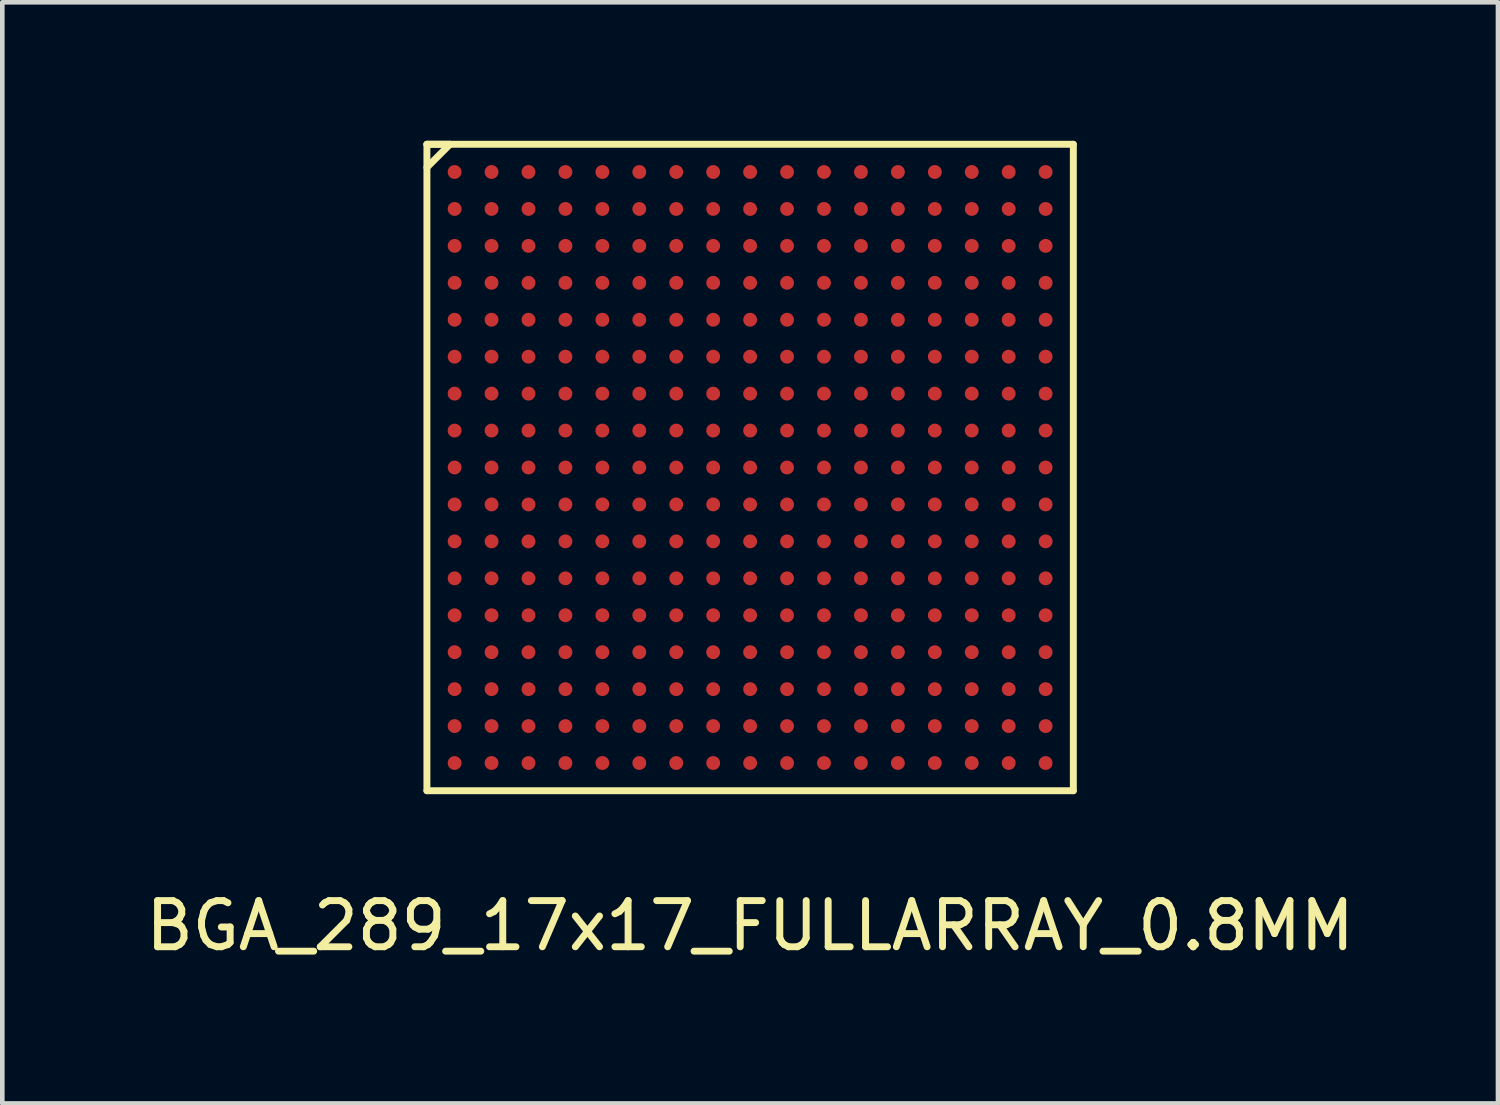
<source format=kicad_pcb>
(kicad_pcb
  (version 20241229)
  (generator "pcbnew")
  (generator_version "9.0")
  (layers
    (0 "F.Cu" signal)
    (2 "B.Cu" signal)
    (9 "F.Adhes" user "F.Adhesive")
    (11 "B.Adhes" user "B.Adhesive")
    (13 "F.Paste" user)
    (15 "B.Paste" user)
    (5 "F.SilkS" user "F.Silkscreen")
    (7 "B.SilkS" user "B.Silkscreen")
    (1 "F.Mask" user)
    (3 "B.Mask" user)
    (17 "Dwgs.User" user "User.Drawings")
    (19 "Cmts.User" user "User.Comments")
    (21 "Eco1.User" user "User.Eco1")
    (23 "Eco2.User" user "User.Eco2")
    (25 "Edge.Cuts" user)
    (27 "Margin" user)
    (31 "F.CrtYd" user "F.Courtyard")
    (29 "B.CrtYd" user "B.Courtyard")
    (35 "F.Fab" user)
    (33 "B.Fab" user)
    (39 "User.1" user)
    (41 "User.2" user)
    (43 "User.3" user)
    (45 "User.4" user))
  (footprint "BGA_289_17x17_FULLARRAY_0.8MM"
    (layer "F.Cu")
    (at 13.196 7.075)
    (property "Reference" "BGA_289_17x17_FULLARRAY_0.8MM" (at 0 9.925 0) (layer "F.SilkS") (effects (font (size 1 1) (thickness 0.15))))
    (attr through_hole)
    (fp_line (start -7 -7) (end -7 7) (stroke (width 0.15) (type solid)) (layer "F.SilkS"))
    (fp_line (start -7 -7) (end -6.5 -7) (stroke (width 0.15) (type solid)) (layer "F.SilkS"))
    (fp_line (start -7 7) (end 7 7) (stroke (width 0.15) (type solid)) (layer "F.SilkS"))
    (fp_line (start -6.5 -7) (end -7 -6.5) (stroke (width 0.15) (type solid)) (layer "F.SilkS"))
    (fp_line (start 7 -7) (end -7 -7) (stroke (width 0.15) (type solid)) (layer "F.SilkS"))
    (fp_line (start 7 7) (end 7 -7) (stroke (width 0.15) (type solid)) (layer "F.SilkS"))
    (pad "A1" smd circle (at -6.4 -6.4) (size 0.3 0.3) (layers "F.Cu" "F.Mask" "F.Paste"))
    (pad "A2" smd circle (at -5.6 -6.4) (size 0.3 0.3) (layers "F.Cu" "F.Mask" "F.Paste"))
    (pad "A3" smd circle (at -4.8 -6.4) (size 0.3 0.3) (layers "F.Cu" "F.Mask" "F.Paste"))
    (pad "A4" smd circle (at -4 -6.4) (size 0.3 0.3) (layers "F.Cu" "F.Mask" "F.Paste"))
    (pad "A5" smd circle (at -3.2 -6.4) (size 0.3 0.3) (layers "F.Cu" "F.Mask" "F.Paste"))
    (pad "A6" smd circle (at -2.4 -6.4) (size 0.3 0.3) (layers "F.Cu" "F.Mask" "F.Paste"))
    (pad "A7" smd circle (at -1.6 -6.4) (size 0.3 0.3) (layers "F.Cu" "F.Mask" "F.Paste"))
    (pad "A8" smd circle (at -0.8 -6.4) (size 0.3 0.3) (layers "F.Cu" "F.Mask" "F.Paste"))
    (pad "A9" smd circle (at 0 -6.4) (size 0.3 0.3) (layers "F.Cu" "F.Mask" "F.Paste"))
    (pad "A10" smd circle (at 0.8 -6.4) (size 0.3 0.3) (layers "F.Cu" "F.Mask" "F.Paste"))
    (pad "A11" smd circle (at 1.6 -6.4) (size 0.3 0.3) (layers "F.Cu" "F.Mask" "F.Paste"))
    (pad "A12" smd circle (at 2.4 -6.4) (size 0.3 0.3) (layers "F.Cu" "F.Mask" "F.Paste"))
    (pad "A13" smd circle (at 3.2 -6.4) (size 0.3 0.3) (layers "F.Cu" "F.Mask" "F.Paste"))
    (pad "A14" smd circle (at 4 -6.4) (size 0.3 0.3) (layers "F.Cu" "F.Mask" "F.Paste"))
    (pad "A15" smd circle (at 4.8 -6.4) (size 0.3 0.3) (layers "F.Cu" "F.Mask" "F.Paste"))
    (pad "A16" smd circle (at 5.6 -6.4) (size 0.3 0.3) (layers "F.Cu" "F.Mask" "F.Paste"))
    (pad "A17" smd circle (at 6.4 -6.4) (size 0.3 0.3) (layers "F.Cu" "F.Mask" "F.Paste"))
    (pad "B1" smd circle (at -6.4 -5.6) (size 0.3 0.3) (layers "F.Cu" "F.Mask" "F.Paste"))
    (pad "B2" smd circle (at -5.6 -5.6) (size 0.3 0.3) (layers "F.Cu" "F.Mask" "F.Paste"))
    (pad "B3" smd circle (at -4.8 -5.6) (size 0.3 0.3) (layers "F.Cu" "F.Mask" "F.Paste"))
    (pad "B4" smd circle (at -4 -5.6) (size 0.3 0.3) (layers "F.Cu" "F.Mask" "F.Paste"))
    (pad "B5" smd circle (at -3.2 -5.6) (size 0.3 0.3) (layers "F.Cu" "F.Mask" "F.Paste"))
    (pad "B6" smd circle (at -2.4 -5.6) (size 0.3 0.3) (layers "F.Cu" "F.Mask" "F.Paste"))
    (pad "B7" smd circle (at -1.6 -5.6) (size 0.3 0.3) (layers "F.Cu" "F.Mask" "F.Paste"))
    (pad "B8" smd circle (at -0.8 -5.6) (size 0.3 0.3) (layers "F.Cu" "F.Mask" "F.Paste"))
    (pad "B9" smd circle (at 0 -5.6) (size 0.3 0.3) (layers "F.Cu" "F.Mask" "F.Paste"))
    (pad "B10" smd circle (at 0.8 -5.6) (size 0.3 0.3) (layers "F.Cu" "F.Mask" "F.Paste"))
    (pad "B11" smd circle (at 1.6 -5.6) (size 0.3 0.3) (layers "F.Cu" "F.Mask" "F.Paste"))
    (pad "B12" smd circle (at 2.4 -5.6) (size 0.3 0.3) (layers "F.Cu" "F.Mask" "F.Paste"))
    (pad "B13" smd circle (at 3.2 -5.6) (size 0.3 0.3) (layers "F.Cu" "F.Mask" "F.Paste"))
    (pad "B14" smd circle (at 4 -5.6) (size 0.3 0.3) (layers "F.Cu" "F.Mask" "F.Paste"))
    (pad "B15" smd circle (at 4.8 -5.6) (size 0.3 0.3) (layers "F.Cu" "F.Mask" "F.Paste"))
    (pad "B16" smd circle (at 5.6 -5.6) (size 0.3 0.3) (layers "F.Cu" "F.Mask" "F.Paste"))
    (pad "B17" smd circle (at 6.4 -5.6) (size 0.3 0.3) (layers "F.Cu" "F.Mask" "F.Paste"))
    (pad "C1" smd circle (at -6.4 -4.8) (size 0.3 0.3) (layers "F.Cu" "F.Mask" "F.Paste"))
    (pad "C2" smd circle (at -5.6 -4.8) (size 0.3 0.3) (layers "F.Cu" "F.Mask" "F.Paste"))
    (pad "C3" smd circle (at -4.8 -4.8) (size 0.3 0.3) (layers "F.Cu" "F.Mask" "F.Paste"))
    (pad "C4" smd circle (at -4 -4.8) (size 0.3 0.3) (layers "F.Cu" "F.Mask" "F.Paste"))
    (pad "C5" smd circle (at -3.2 -4.8) (size 0.3 0.3) (layers "F.Cu" "F.Mask" "F.Paste"))
    (pad "C6" smd circle (at -2.4 -4.8) (size 0.3 0.3) (layers "F.Cu" "F.Mask" "F.Paste"))
    (pad "C7" smd circle (at -1.6 -4.8) (size 0.3 0.3) (layers "F.Cu" "F.Mask" "F.Paste"))
    (pad "C8" smd circle (at -0.8 -4.8) (size 0.3 0.3) (layers "F.Cu" "F.Mask" "F.Paste"))
    (pad "C9" smd circle (at 0 -4.8) (size 0.3 0.3) (layers "F.Cu" "F.Mask" "F.Paste"))
    (pad "C10" smd circle (at 0.8 -4.8) (size 0.3 0.3) (layers "F.Cu" "F.Mask" "F.Paste"))
    (pad "C11" smd circle (at 1.6 -4.8) (size 0.3 0.3) (layers "F.Cu" "F.Mask" "F.Paste"))
    (pad "C12" smd circle (at 2.4 -4.8) (size 0.3 0.3) (layers "F.Cu" "F.Mask" "F.Paste"))
    (pad "C13" smd circle (at 3.2 -4.8) (size 0.3 0.3) (layers "F.Cu" "F.Mask" "F.Paste"))
    (pad "C14" smd circle (at 4 -4.8) (size 0.3 0.3) (layers "F.Cu" "F.Mask" "F.Paste"))
    (pad "C15" smd circle (at 4.8 -4.8) (size 0.3 0.3) (layers "F.Cu" "F.Mask" "F.Paste"))
    (pad "C16" smd circle (at 5.6 -4.8) (size 0.3 0.3) (layers "F.Cu" "F.Mask" "F.Paste"))
    (pad "C17" smd circle (at 6.4 -4.8) (size 0.3 0.3) (layers "F.Cu" "F.Mask" "F.Paste"))
    (pad "D1" smd circle (at -6.4 -4) (size 0.3 0.3) (layers "F.Cu" "F.Mask" "F.Paste"))
    (pad "D2" smd circle (at -5.6 -4) (size 0.3 0.3) (layers "F.Cu" "F.Mask" "F.Paste"))
    (pad "D3" smd circle (at -4.8 -4) (size 0.3 0.3) (layers "F.Cu" "F.Mask" "F.Paste"))
    (pad "D4" smd circle (at -4 -4) (size 0.3 0.3) (layers "F.Cu" "F.Mask" "F.Paste"))
    (pad "D5" smd circle (at -3.2 -4) (size 0.3 0.3) (layers "F.Cu" "F.Mask" "F.Paste"))
    (pad "D6" smd circle (at -2.4 -4) (size 0.3 0.3) (layers "F.Cu" "F.Mask" "F.Paste"))
    (pad "D7" smd circle (at -1.6 -4) (size 0.3 0.3) (layers "F.Cu" "F.Mask" "F.Paste"))
    (pad "D8" smd circle (at -0.8 -4) (size 0.3 0.3) (layers "F.Cu" "F.Mask" "F.Paste"))
    (pad "D9" smd circle (at 0 -4) (size 0.3 0.3) (layers "F.Cu" "F.Mask" "F.Paste"))
    (pad "D10" smd circle (at 0.8 -4) (size 0.3 0.3) (layers "F.Cu" "F.Mask" "F.Paste"))
    (pad "D11" smd circle (at 1.6 -4) (size 0.3 0.3) (layers "F.Cu" "F.Mask" "F.Paste"))
    (pad "D12" smd circle (at 2.4 -4) (size 0.3 0.3) (layers "F.Cu" "F.Mask" "F.Paste"))
    (pad "D13" smd circle (at 3.2 -4) (size 0.3 0.3) (layers "F.Cu" "F.Mask" "F.Paste"))
    (pad "D14" smd circle (at 4 -4) (size 0.3 0.3) (layers "F.Cu" "F.Mask" "F.Paste"))
    (pad "D15" smd circle (at 4.8 -4) (size 0.3 0.3) (layers "F.Cu" "F.Mask" "F.Paste"))
    (pad "D16" smd circle (at 5.6 -4) (size 0.3 0.3) (layers "F.Cu" "F.Mask" "F.Paste"))
    (pad "D17" smd circle (at 6.4 -4) (size 0.3 0.3) (layers "F.Cu" "F.Mask" "F.Paste"))
    (pad "E1" smd circle (at -6.4 -3.2) (size 0.3 0.3) (layers "F.Cu" "F.Mask" "F.Paste"))
    (pad "E2" smd circle (at -5.6 -3.2) (size 0.3 0.3) (layers "F.Cu" "F.Mask" "F.Paste"))
    (pad "E3" smd circle (at -4.8 -3.2) (size 0.3 0.3) (layers "F.Cu" "F.Mask" "F.Paste"))
    (pad "E4" smd circle (at -4 -3.2) (size 0.3 0.3) (layers "F.Cu" "F.Mask" "F.Paste"))
    (pad "E5" smd circle (at -3.2 -3.2) (size 0.3 0.3) (layers "F.Cu" "F.Mask" "F.Paste"))
    (pad "E6" smd circle (at -2.4 -3.2) (size 0.3 0.3) (layers "F.Cu" "F.Mask" "F.Paste"))
    (pad "E7" smd circle (at -1.6 -3.2) (size 0.3 0.3) (layers "F.Cu" "F.Mask" "F.Paste"))
    (pad "E8" smd circle (at -0.8 -3.2) (size 0.3 0.3) (layers "F.Cu" "F.Mask" "F.Paste"))
    (pad "E9" smd circle (at 0 -3.2) (size 0.3 0.3) (layers "F.Cu" "F.Mask" "F.Paste"))
    (pad "E10" smd circle (at 0.8 -3.2) (size 0.3 0.3) (layers "F.Cu" "F.Mask" "F.Paste"))
    (pad "E11" smd circle (at 1.6 -3.2) (size 0.3 0.3) (layers "F.Cu" "F.Mask" "F.Paste"))
    (pad "E12" smd circle (at 2.4 -3.2) (size 0.3 0.3) (layers "F.Cu" "F.Mask" "F.Paste"))
    (pad "E13" smd circle (at 3.2 -3.2) (size 0.3 0.3) (layers "F.Cu" "F.Mask" "F.Paste"))
    (pad "E14" smd circle (at 4 -3.2) (size 0.3 0.3) (layers "F.Cu" "F.Mask" "F.Paste"))
    (pad "E15" smd circle (at 4.8 -3.2) (size 0.3 0.3) (layers "F.Cu" "F.Mask" "F.Paste"))
    (pad "E16" smd circle (at 5.6 -3.2) (size 0.3 0.3) (layers "F.Cu" "F.Mask" "F.Paste"))
    (pad "E17" smd circle (at 6.4 -3.2) (size 0.3 0.3) (layers "F.Cu" "F.Mask" "F.Paste"))
    (pad "F1" smd circle (at -6.4 -2.4) (size 0.3 0.3) (layers "F.Cu" "F.Mask" "F.Paste"))
    (pad "F2" smd circle (at -5.6 -2.4) (size 0.3 0.3) (layers "F.Cu" "F.Mask" "F.Paste"))
    (pad "F3" smd circle (at -4.8 -2.4) (size 0.3 0.3) (layers "F.Cu" "F.Mask" "F.Paste"))
    (pad "F4" smd circle (at -4 -2.4) (size 0.3 0.3) (layers "F.Cu" "F.Mask" "F.Paste"))
    (pad "F5" smd circle (at -3.2 -2.4) (size 0.3 0.3) (layers "F.Cu" "F.Mask" "F.Paste"))
    (pad "F6" smd circle (at -2.4 -2.4) (size 0.3 0.3) (layers "F.Cu" "F.Mask" "F.Paste"))
    (pad "F7" smd circle (at -1.6 -2.4) (size 0.3 0.3) (layers "F.Cu" "F.Mask" "F.Paste"))
    (pad "F8" smd circle (at -0.8 -2.4) (size 0.3 0.3) (layers "F.Cu" "F.Mask" "F.Paste"))
    (pad "F9" smd circle (at 0 -2.4) (size 0.3 0.3) (layers "F.Cu" "F.Mask" "F.Paste"))
    (pad "F10" smd circle (at 0.8 -2.4) (size 0.3 0.3) (layers "F.Cu" "F.Mask" "F.Paste"))
    (pad "F11" smd circle (at 1.6 -2.4) (size 0.3 0.3) (layers "F.Cu" "F.Mask" "F.Paste"))
    (pad "F12" smd circle (at 2.4 -2.4) (size 0.3 0.3) (layers "F.Cu" "F.Mask" "F.Paste"))
    (pad "F13" smd circle (at 3.2 -2.4) (size 0.3 0.3) (layers "F.Cu" "F.Mask" "F.Paste"))
    (pad "F14" smd circle (at 4 -2.4) (size 0.3 0.3) (layers "F.Cu" "F.Mask" "F.Paste"))
    (pad "F15" smd circle (at 4.8 -2.4) (size 0.3 0.3) (layers "F.Cu" "F.Mask" "F.Paste"))
    (pad "F16" smd circle (at 5.6 -2.4) (size 0.3 0.3) (layers "F.Cu" "F.Mask" "F.Paste"))
    (pad "F17" smd circle (at 6.4 -2.4) (size 0.3 0.3) (layers "F.Cu" "F.Mask" "F.Paste"))
    (pad "G1" smd circle (at -6.4 -1.6) (size 0.3 0.3) (layers "F.Cu" "F.Mask" "F.Paste"))
    (pad "G2" smd circle (at -5.6 -1.6) (size 0.3 0.3) (layers "F.Cu" "F.Mask" "F.Paste"))
    (pad "G3" smd circle (at -4.8 -1.6) (size 0.3 0.3) (layers "F.Cu" "F.Mask" "F.Paste"))
    (pad "G4" smd circle (at -4 -1.6) (size 0.3 0.3) (layers "F.Cu" "F.Mask" "F.Paste"))
    (pad "G5" smd circle (at -3.2 -1.6) (size 0.3 0.3) (layers "F.Cu" "F.Mask" "F.Paste"))
    (pad "G6" smd circle (at -2.4 -1.6) (size 0.3 0.3) (layers "F.Cu" "F.Mask" "F.Paste"))
    (pad "G7" smd circle (at -1.6 -1.6) (size 0.3 0.3) (layers "F.Cu" "F.Mask" "F.Paste"))
    (pad "G8" smd circle (at -0.8 -1.6) (size 0.3 0.3) (layers "F.Cu" "F.Mask" "F.Paste"))
    (pad "G9" smd circle (at 0 -1.6) (size 0.3 0.3) (layers "F.Cu" "F.Mask" "F.Paste"))
    (pad "G10" smd circle (at 0.8 -1.6) (size 0.3 0.3) (layers "F.Cu" "F.Mask" "F.Paste"))
    (pad "G11" smd circle (at 1.6 -1.6) (size 0.3 0.3) (layers "F.Cu" "F.Mask" "F.Paste"))
    (pad "G12" smd circle (at 2.4 -1.6) (size 0.3 0.3) (layers "F.Cu" "F.Mask" "F.Paste"))
    (pad "G13" smd circle (at 3.2 -1.6) (size 0.3 0.3) (layers "F.Cu" "F.Mask" "F.Paste"))
    (pad "G14" smd circle (at 4 -1.6) (size 0.3 0.3) (layers "F.Cu" "F.Mask" "F.Paste"))
    (pad "G15" smd circle (at 4.8 -1.6) (size 0.3 0.3) (layers "F.Cu" "F.Mask" "F.Paste"))
    (pad "G16" smd circle (at 5.6 -1.6) (size 0.3 0.3) (layers "F.Cu" "F.Mask" "F.Paste"))
    (pad "G17" smd circle (at 6.4 -1.6) (size 0.3 0.3) (layers "F.Cu" "F.Mask" "F.Paste"))
    (pad "H1" smd circle (at -6.4 -0.8) (size 0.3 0.3) (layers "F.Cu" "F.Mask" "F.Paste"))
    (pad "H2" smd circle (at -5.6 -0.8) (size 0.3 0.3) (layers "F.Cu" "F.Mask" "F.Paste"))
    (pad "H3" smd circle (at -4.8 -0.8) (size 0.3 0.3) (layers "F.Cu" "F.Mask" "F.Paste"))
    (pad "H4" smd circle (at -4 -0.8) (size 0.3 0.3) (layers "F.Cu" "F.Mask" "F.Paste"))
    (pad "H5" smd circle (at -3.2 -0.8) (size 0.3 0.3) (layers "F.Cu" "F.Mask" "F.Paste"))
    (pad "H6" smd circle (at -2.4 -0.8) (size 0.3 0.3) (layers "F.Cu" "F.Mask" "F.Paste"))
    (pad "H7" smd circle (at -1.6 -0.8) (size 0.3 0.3) (layers "F.Cu" "F.Mask" "F.Paste"))
    (pad "H8" smd circle (at -0.8 -0.8) (size 0.3 0.3) (layers "F.Cu" "F.Mask" "F.Paste"))
    (pad "H9" smd circle (at 0 -0.8) (size 0.3 0.3) (layers "F.Cu" "F.Mask" "F.Paste"))
    (pad "H10" smd circle (at 0.8 -0.8) (size 0.3 0.3) (layers "F.Cu" "F.Mask" "F.Paste"))
    (pad "H11" smd circle (at 1.6 -0.8) (size 0.3 0.3) (layers "F.Cu" "F.Mask" "F.Paste"))
    (pad "H12" smd circle (at 2.4 -0.8) (size 0.3 0.3) (layers "F.Cu" "F.Mask" "F.Paste"))
    (pad "H13" smd circle (at 3.2 -0.8) (size 0.3 0.3) (layers "F.Cu" "F.Mask" "F.Paste"))
    (pad "H14" smd circle (at 4 -0.8) (size 0.3 0.3) (layers "F.Cu" "F.Mask" "F.Paste"))
    (pad "H15" smd circle (at 4.8 -0.8) (size 0.3 0.3) (layers "F.Cu" "F.Mask" "F.Paste"))
    (pad "H16" smd circle (at 5.6 -0.8) (size 0.3 0.3) (layers "F.Cu" "F.Mask" "F.Paste"))
    (pad "H17" smd circle (at 6.4 -0.8) (size 0.3 0.3) (layers "F.Cu" "F.Mask" "F.Paste"))
    (pad "J1" smd circle (at -6.4 0) (size 0.3 0.3) (layers "F.Cu" "F.Mask" "F.Paste"))
    (pad "J2" smd circle (at -5.6 0) (size 0.3 0.3) (layers "F.Cu" "F.Mask" "F.Paste"))
    (pad "J3" smd circle (at -4.8 0) (size 0.3 0.3) (layers "F.Cu" "F.Mask" "F.Paste"))
    (pad "J4" smd circle (at -4 0) (size 0.3 0.3) (layers "F.Cu" "F.Mask" "F.Paste"))
    (pad "J5" smd circle (at -3.2 0) (size 0.3 0.3) (layers "F.Cu" "F.Mask" "F.Paste"))
    (pad "J6" smd circle (at -2.4 0) (size 0.3 0.3) (layers "F.Cu" "F.Mask" "F.Paste"))
    (pad "J7" smd circle (at -1.6 0) (size 0.3 0.3) (layers "F.Cu" "F.Mask" "F.Paste"))
    (pad "J8" smd circle (at -0.8 0) (size 0.3 0.3) (layers "F.Cu" "F.Mask" "F.Paste"))
    (pad "J9" smd circle (at 0 0) (size 0.3 0.3) (layers "F.Cu" "F.Mask" "F.Paste"))
    (pad "J10" smd circle (at 0.8 0) (size 0.3 0.3) (layers "F.Cu" "F.Mask" "F.Paste"))
    (pad "J11" smd circle (at 1.6 0) (size 0.3 0.3) (layers "F.Cu" "F.Mask" "F.Paste"))
    (pad "J12" smd circle (at 2.4 0) (size 0.3 0.3) (layers "F.Cu" "F.Mask" "F.Paste"))
    (pad "J13" smd circle (at 3.2 0) (size 0.3 0.3) (layers "F.Cu" "F.Mask" "F.Paste"))
    (pad "J14" smd circle (at 4 0) (size 0.3 0.3) (layers "F.Cu" "F.Mask" "F.Paste"))
    (pad "J15" smd circle (at 4.8 0) (size 0.3 0.3) (layers "F.Cu" "F.Mask" "F.Paste"))
    (pad "J16" smd circle (at 5.6 0) (size 0.3 0.3) (layers "F.Cu" "F.Mask" "F.Paste"))
    (pad "J17" smd circle (at 6.4 0) (size 0.3 0.3) (layers "F.Cu" "F.Mask" "F.Paste"))
    (pad "K1" smd circle (at -6.4 0.8) (size 0.3 0.3) (layers "F.Cu" "F.Mask" "F.Paste"))
    (pad "K2" smd circle (at -5.6 0.8) (size 0.3 0.3) (layers "F.Cu" "F.Mask" "F.Paste"))
    (pad "K3" smd circle (at -4.8 0.8) (size 0.3 0.3) (layers "F.Cu" "F.Mask" "F.Paste"))
    (pad "K4" smd circle (at -4 0.8) (size 0.3 0.3) (layers "F.Cu" "F.Mask" "F.Paste"))
    (pad "K5" smd circle (at -3.2 0.8) (size 0.3 0.3) (layers "F.Cu" "F.Mask" "F.Paste"))
    (pad "K6" smd circle (at -2.4 0.8) (size 0.3 0.3) (layers "F.Cu" "F.Mask" "F.Paste"))
    (pad "K7" smd circle (at -1.6 0.8) (size 0.3 0.3) (layers "F.Cu" "F.Mask" "F.Paste"))
    (pad "K8" smd circle (at -0.8 0.8) (size 0.3 0.3) (layers "F.Cu" "F.Mask" "F.Paste"))
    (pad "K9" smd circle (at 0 0.8) (size 0.3 0.3) (layers "F.Cu" "F.Mask" "F.Paste"))
    (pad "K10" smd circle (at 0.8 0.8) (size 0.3 0.3) (layers "F.Cu" "F.Mask" "F.Paste"))
    (pad "K11" smd circle (at 1.6 0.8) (size 0.3 0.3) (layers "F.Cu" "F.Mask" "F.Paste"))
    (pad "K12" smd circle (at 2.4 0.8) (size 0.3 0.3) (layers "F.Cu" "F.Mask" "F.Paste"))
    (pad "K13" smd circle (at 3.2 0.8) (size 0.3 0.3) (layers "F.Cu" "F.Mask" "F.Paste"))
    (pad "K14" smd circle (at 4 0.8) (size 0.3 0.3) (layers "F.Cu" "F.Mask" "F.Paste"))
    (pad "K15" smd circle (at 4.8 0.8) (size 0.3 0.3) (layers "F.Cu" "F.Mask" "F.Paste"))
    (pad "K16" smd circle (at 5.6 0.8) (size 0.3 0.3) (layers "F.Cu" "F.Mask" "F.Paste"))
    (pad "K17" smd circle (at 6.4 0.8) (size 0.3 0.3) (layers "F.Cu" "F.Mask" "F.Paste"))
    (pad "L1" smd circle (at -6.4 1.6) (size 0.3 0.3) (layers "F.Cu" "F.Mask" "F.Paste"))
    (pad "L2" smd circle (at -5.6 1.6) (size 0.3 0.3) (layers "F.Cu" "F.Mask" "F.Paste"))
    (pad "L3" smd circle (at -4.8 1.6) (size 0.3 0.3) (layers "F.Cu" "F.Mask" "F.Paste"))
    (pad "L4" smd circle (at -4 1.6) (size 0.3 0.3) (layers "F.Cu" "F.Mask" "F.Paste"))
    (pad "L5" smd circle (at -3.2 1.6) (size 0.3 0.3) (layers "F.Cu" "F.Mask" "F.Paste"))
    (pad "L6" smd circle (at -2.4 1.6) (size 0.3 0.3) (layers "F.Cu" "F.Mask" "F.Paste"))
    (pad "L7" smd circle (at -1.6 1.6) (size 0.3 0.3) (layers "F.Cu" "F.Mask" "F.Paste"))
    (pad "L8" smd circle (at -0.8 1.6) (size 0.3 0.3) (layers "F.Cu" "F.Mask" "F.Paste"))
    (pad "L9" smd circle (at 0 1.6) (size 0.3 0.3) (layers "F.Cu" "F.Mask" "F.Paste"))
    (pad "L10" smd circle (at 0.8 1.6) (size 0.3 0.3) (layers "F.Cu" "F.Mask" "F.Paste"))
    (pad "L11" smd circle (at 1.6 1.6) (size 0.3 0.3) (layers "F.Cu" "F.Mask" "F.Paste"))
    (pad "L12" smd circle (at 2.4 1.6) (size 0.3 0.3) (layers "F.Cu" "F.Mask" "F.Paste"))
    (pad "L13" smd circle (at 3.2 1.6) (size 0.3 0.3) (layers "F.Cu" "F.Mask" "F.Paste"))
    (pad "L14" smd circle (at 4 1.6) (size 0.3 0.3) (layers "F.Cu" "F.Mask" "F.Paste"))
    (pad "L15" smd circle (at 4.8 1.6) (size 0.3 0.3) (layers "F.Cu" "F.Mask" "F.Paste"))
    (pad "L16" smd circle (at 5.6 1.6) (size 0.3 0.3) (layers "F.Cu" "F.Mask" "F.Paste"))
    (pad "L17" smd circle (at 6.4 1.6) (size 0.3 0.3) (layers "F.Cu" "F.Mask" "F.Paste"))
    (pad "M1" smd circle (at -6.4 2.4) (size 0.3 0.3) (layers "F.Cu" "F.Mask" "F.Paste"))
    (pad "M2" smd circle (at -5.6 2.4) (size 0.3 0.3) (layers "F.Cu" "F.Mask" "F.Paste"))
    (pad "M3" smd circle (at -4.8 2.4) (size 0.3 0.3) (layers "F.Cu" "F.Mask" "F.Paste"))
    (pad "M4" smd circle (at -4 2.4) (size 0.3 0.3) (layers "F.Cu" "F.Mask" "F.Paste"))
    (pad "M5" smd circle (at -3.2 2.4) (size 0.3 0.3) (layers "F.Cu" "F.Mask" "F.Paste"))
    (pad "M6" smd circle (at -2.4 2.4) (size 0.3 0.3) (layers "F.Cu" "F.Mask" "F.Paste"))
    (pad "M7" smd circle (at -1.6 2.4) (size 0.3 0.3) (layers "F.Cu" "F.Mask" "F.Paste"))
    (pad "M8" smd circle (at -0.8 2.4) (size 0.3 0.3) (layers "F.Cu" "F.Mask" "F.Paste"))
    (pad "M9" smd circle (at 0 2.4) (size 0.3 0.3) (layers "F.Cu" "F.Mask" "F.Paste"))
    (pad "M10" smd circle (at 0.8 2.4) (size 0.3 0.3) (layers "F.Cu" "F.Mask" "F.Paste"))
    (pad "M11" smd circle (at 1.6 2.4) (size 0.3 0.3) (layers "F.Cu" "F.Mask" "F.Paste"))
    (pad "M12" smd circle (at 2.4 2.4) (size 0.3 0.3) (layers "F.Cu" "F.Mask" "F.Paste"))
    (pad "M13" smd circle (at 3.2 2.4) (size 0.3 0.3) (layers "F.Cu" "F.Mask" "F.Paste"))
    (pad "M14" smd circle (at 4 2.4) (size 0.3 0.3) (layers "F.Cu" "F.Mask" "F.Paste"))
    (pad "M15" smd circle (at 4.8 2.4) (size 0.3 0.3) (layers "F.Cu" "F.Mask" "F.Paste"))
    (pad "M16" smd circle (at 5.6 2.4) (size 0.3 0.3) (layers "F.Cu" "F.Mask" "F.Paste"))
    (pad "M17" smd circle (at 6.4 2.4) (size 0.3 0.3) (layers "F.Cu" "F.Mask" "F.Paste"))
    (pad "N1" smd circle (at -6.4 3.2) (size 0.3 0.3) (layers "F.Cu" "F.Mask" "F.Paste"))
    (pad "N2" smd circle (at -5.6 3.2) (size 0.3 0.3) (layers "F.Cu" "F.Mask" "F.Paste"))
    (pad "N3" smd circle (at -4.8 3.2) (size 0.3 0.3) (layers "F.Cu" "F.Mask" "F.Paste"))
    (pad "N4" smd circle (at -4 3.2) (size 0.3 0.3) (layers "F.Cu" "F.Mask" "F.Paste"))
    (pad "N5" smd circle (at -3.2 3.2) (size 0.3 0.3) (layers "F.Cu" "F.Mask" "F.Paste"))
    (pad "N6" smd circle (at -2.4 3.2) (size 0.3 0.3) (layers "F.Cu" "F.Mask" "F.Paste"))
    (pad "N7" smd circle (at -1.6 3.2) (size 0.3 0.3) (layers "F.Cu" "F.Mask" "F.Paste"))
    (pad "N8" smd circle (at -0.8 3.2) (size 0.3 0.3) (layers "F.Cu" "F.Mask" "F.Paste"))
    (pad "N9" smd circle (at 0 3.2) (size 0.3 0.3) (layers "F.Cu" "F.Mask" "F.Paste"))
    (pad "N10" smd circle (at 0.8 3.2) (size 0.3 0.3) (layers "F.Cu" "F.Mask" "F.Paste"))
    (pad "N11" smd circle (at 1.6 3.2) (size 0.3 0.3) (layers "F.Cu" "F.Mask" "F.Paste"))
    (pad "N12" smd circle (at 2.4 3.2) (size 0.3 0.3) (layers "F.Cu" "F.Mask" "F.Paste"))
    (pad "N13" smd circle (at 3.2 3.2) (size 0.3 0.3) (layers "F.Cu" "F.Mask" "F.Paste"))
    (pad "N14" smd circle (at 4 3.2) (size 0.3 0.3) (layers "F.Cu" "F.Mask" "F.Paste"))
    (pad "N15" smd circle (at 4.8 3.2) (size 0.3 0.3) (layers "F.Cu" "F.Mask" "F.Paste"))
    (pad "N16" smd circle (at 5.6 3.2) (size 0.3 0.3) (layers "F.Cu" "F.Mask" "F.Paste"))
    (pad "N17" smd circle (at 6.4 3.2) (size 0.3 0.3) (layers "F.Cu" "F.Mask" "F.Paste"))
    (pad "P1" smd circle (at -6.4 4) (size 0.3 0.3) (layers "F.Cu" "F.Mask" "F.Paste"))
    (pad "P2" smd circle (at -5.6 4) (size 0.3 0.3) (layers "F.Cu" "F.Mask" "F.Paste"))
    (pad "P3" smd circle (at -4.8 4) (size 0.3 0.3) (layers "F.Cu" "F.Mask" "F.Paste"))
    (pad "P4" smd circle (at -4 4) (size 0.3 0.3) (layers "F.Cu" "F.Mask" "F.Paste"))
    (pad "P5" smd circle (at -3.2 4) (size 0.3 0.3) (layers "F.Cu" "F.Mask" "F.Paste"))
    (pad "P6" smd circle (at -2.4 4) (size 0.3 0.3) (layers "F.Cu" "F.Mask" "F.Paste"))
    (pad "P7" smd circle (at -1.6 4) (size 0.3 0.3) (layers "F.Cu" "F.Mask" "F.Paste"))
    (pad "P8" smd circle (at -0.8 4) (size 0.3 0.3) (layers "F.Cu" "F.Mask" "F.Paste"))
    (pad "P9" smd circle (at 0 4) (size 0.3 0.3) (layers "F.Cu" "F.Mask" "F.Paste"))
    (pad "P10" smd circle (at 0.8 4) (size 0.3 0.3) (layers "F.Cu" "F.Mask" "F.Paste"))
    (pad "P11" smd circle (at 1.6 4) (size 0.3 0.3) (layers "F.Cu" "F.Mask" "F.Paste"))
    (pad "P12" smd circle (at 2.4 4) (size 0.3 0.3) (layers "F.Cu" "F.Mask" "F.Paste"))
    (pad "P13" smd circle (at 3.2 4) (size 0.3 0.3) (layers "F.Cu" "F.Mask" "F.Paste"))
    (pad "P14" smd circle (at 4 4) (size 0.3 0.3) (layers "F.Cu" "F.Mask" "F.Paste"))
    (pad "P15" smd circle (at 4.8 4) (size 0.3 0.3) (layers "F.Cu" "F.Mask" "F.Paste"))
    (pad "P16" smd circle (at 5.6 4) (size 0.3 0.3) (layers "F.Cu" "F.Mask" "F.Paste"))
    (pad "P17" smd circle (at 6.4 4) (size 0.3 0.3) (layers "F.Cu" "F.Mask" "F.Paste"))
    (pad "R1" smd circle (at -6.4 4.8) (size 0.3 0.3) (layers "F.Cu" "F.Mask" "F.Paste"))
    (pad "R2" smd circle (at -5.6 4.8) (size 0.3 0.3) (layers "F.Cu" "F.Mask" "F.Paste"))
    (pad "R3" smd circle (at -4.8 4.8) (size 0.3 0.3) (layers "F.Cu" "F.Mask" "F.Paste"))
    (pad "R4" smd circle (at -4 4.8) (size 0.3 0.3) (layers "F.Cu" "F.Mask" "F.Paste"))
    (pad "R5" smd circle (at -3.2 4.8) (size 0.3 0.3) (layers "F.Cu" "F.Mask" "F.Paste"))
    (pad "R6" smd circle (at -2.4 4.8) (size 0.3 0.3) (layers "F.Cu" "F.Mask" "F.Paste"))
    (pad "R7" smd circle (at -1.6 4.8) (size 0.3 0.3) (layers "F.Cu" "F.Mask" "F.Paste"))
    (pad "R8" smd circle (at -0.8 4.8) (size 0.3 0.3) (layers "F.Cu" "F.Mask" "F.Paste"))
    (pad "R9" smd circle (at 0 4.8) (size 0.3 0.3) (layers "F.Cu" "F.Mask" "F.Paste"))
    (pad "R10" smd circle (at 0.8 4.8) (size 0.3 0.3) (layers "F.Cu" "F.Mask" "F.Paste"))
    (pad "R11" smd circle (at 1.6 4.8) (size 0.3 0.3) (layers "F.Cu" "F.Mask" "F.Paste"))
    (pad "R12" smd circle (at 2.4 4.8) (size 0.3 0.3) (layers "F.Cu" "F.Mask" "F.Paste"))
    (pad "R13" smd circle (at 3.2 4.8) (size 0.3 0.3) (layers "F.Cu" "F.Mask" "F.Paste"))
    (pad "R14" smd circle (at 4 4.8) (size 0.3 0.3) (layers "F.Cu" "F.Mask" "F.Paste"))
    (pad "R15" smd circle (at 4.8 4.8) (size 0.3 0.3) (layers "F.Cu" "F.Mask" "F.Paste"))
    (pad "R16" smd circle (at 5.6 4.8) (size 0.3 0.3) (layers "F.Cu" "F.Mask" "F.Paste"))
    (pad "R17" smd circle (at 6.4 4.8) (size 0.3 0.3) (layers "F.Cu" "F.Mask" "F.Paste"))
    (pad "T1" smd circle (at -6.4 5.6) (size 0.3 0.3) (layers "F.Cu" "F.Mask" "F.Paste"))
    (pad "T2" smd circle (at -5.6 5.6) (size 0.3 0.3) (layers "F.Cu" "F.Mask" "F.Paste"))
    (pad "T3" smd circle (at -4.8 5.6) (size 0.3 0.3) (layers "F.Cu" "F.Mask" "F.Paste"))
    (pad "T4" smd circle (at -4 5.6) (size 0.3 0.3) (layers "F.Cu" "F.Mask" "F.Paste"))
    (pad "T5" smd circle (at -3.2 5.6) (size 0.3 0.3) (layers "F.Cu" "F.Mask" "F.Paste"))
    (pad "T6" smd circle (at -2.4 5.6) (size 0.3 0.3) (layers "F.Cu" "F.Mask" "F.Paste"))
    (pad "T7" smd circle (at -1.6 5.6) (size 0.3 0.3) (layers "F.Cu" "F.Mask" "F.Paste"))
    (pad "T8" smd circle (at -0.8 5.6) (size 0.3 0.3) (layers "F.Cu" "F.Mask" "F.Paste"))
    (pad "T9" smd circle (at 0 5.6) (size 0.3 0.3) (layers "F.Cu" "F.Mask" "F.Paste"))
    (pad "T10" smd circle (at 0.8 5.6) (size 0.3 0.3) (layers "F.Cu" "F.Mask" "F.Paste"))
    (pad "T11" smd circle (at 1.6 5.6) (size 0.3 0.3) (layers "F.Cu" "F.Mask" "F.Paste"))
    (pad "T12" smd circle (at 2.4 5.6) (size 0.3 0.3) (layers "F.Cu" "F.Mask" "F.Paste"))
    (pad "T13" smd circle (at 3.2 5.6) (size 0.3 0.3) (layers "F.Cu" "F.Mask" "F.Paste"))
    (pad "T14" smd circle (at 4 5.6) (size 0.3 0.3) (layers "F.Cu" "F.Mask" "F.Paste"))
    (pad "T15" smd circle (at 4.8 5.6) (size 0.3 0.3) (layers "F.Cu" "F.Mask" "F.Paste"))
    (pad "T16" smd circle (at 5.6 5.6) (size 0.3 0.3) (layers "F.Cu" "F.Mask" "F.Paste"))
    (pad "T17" smd circle (at 6.4 5.6) (size 0.3 0.3) (layers "F.Cu" "F.Mask" "F.Paste"))
    (pad "U1" smd circle (at -6.4 6.4) (size 0.3 0.3) (layers "F.Cu" "F.Mask" "F.Paste"))
    (pad "U2" smd circle (at -5.6 6.4) (size 0.3 0.3) (layers "F.Cu" "F.Mask" "F.Paste"))
    (pad "U3" smd circle (at -4.8 6.4) (size 0.3 0.3) (layers "F.Cu" "F.Mask" "F.Paste"))
    (pad "U4" smd circle (at -4 6.4) (size 0.3 0.3) (layers "F.Cu" "F.Mask" "F.Paste"))
    (pad "U5" smd circle (at -3.2 6.4) (size 0.3 0.3) (layers "F.Cu" "F.Mask" "F.Paste"))
    (pad "U6" smd circle (at -2.4 6.4) (size 0.3 0.3) (layers "F.Cu" "F.Mask" "F.Paste"))
    (pad "U7" smd circle (at -1.6 6.4) (size 0.3 0.3) (layers "F.Cu" "F.Mask" "F.Paste"))
    (pad "U8" smd circle (at -0.8 6.4) (size 0.3 0.3) (layers "F.Cu" "F.Mask" "F.Paste"))
    (pad "U9" smd circle (at 0 6.4) (size 0.3 0.3) (layers "F.Cu" "F.Mask" "F.Paste"))
    (pad "U10" smd circle (at 0.8 6.4) (size 0.3 0.3) (layers "F.Cu" "F.Mask" "F.Paste"))
    (pad "U11" smd circle (at 1.6 6.4) (size 0.3 0.3) (layers "F.Cu" "F.Mask" "F.Paste"))
    (pad "U12" smd circle (at 2.4 6.4) (size 0.3 0.3) (layers "F.Cu" "F.Mask" "F.Paste"))
    (pad "U13" smd circle (at 3.2 6.4) (size 0.3 0.3) (layers "F.Cu" "F.Mask" "F.Paste"))
    (pad "U14" smd circle (at 4 6.4) (size 0.3 0.3) (layers "F.Cu" "F.Mask" "F.Paste"))
    (pad "U15" smd circle (at 4.8 6.4) (size 0.3 0.3) (layers "F.Cu" "F.Mask" "F.Paste"))
    (pad "U16" smd circle (at 5.6 6.4) (size 0.3 0.3) (layers "F.Cu" "F.Mask" "F.Paste"))
    (pad "U17" smd circle (at 6.4 6.4) (size 0.3 0.3) (layers "F.Cu" "F.Mask" "F.Paste")))
  (gr_rect
    (start -3 -3)
    (end 29.393 20.848)
    (stroke (width 0.1) (type default))
    (fill no)
    (layer "Edge.Cuts")))
</source>
